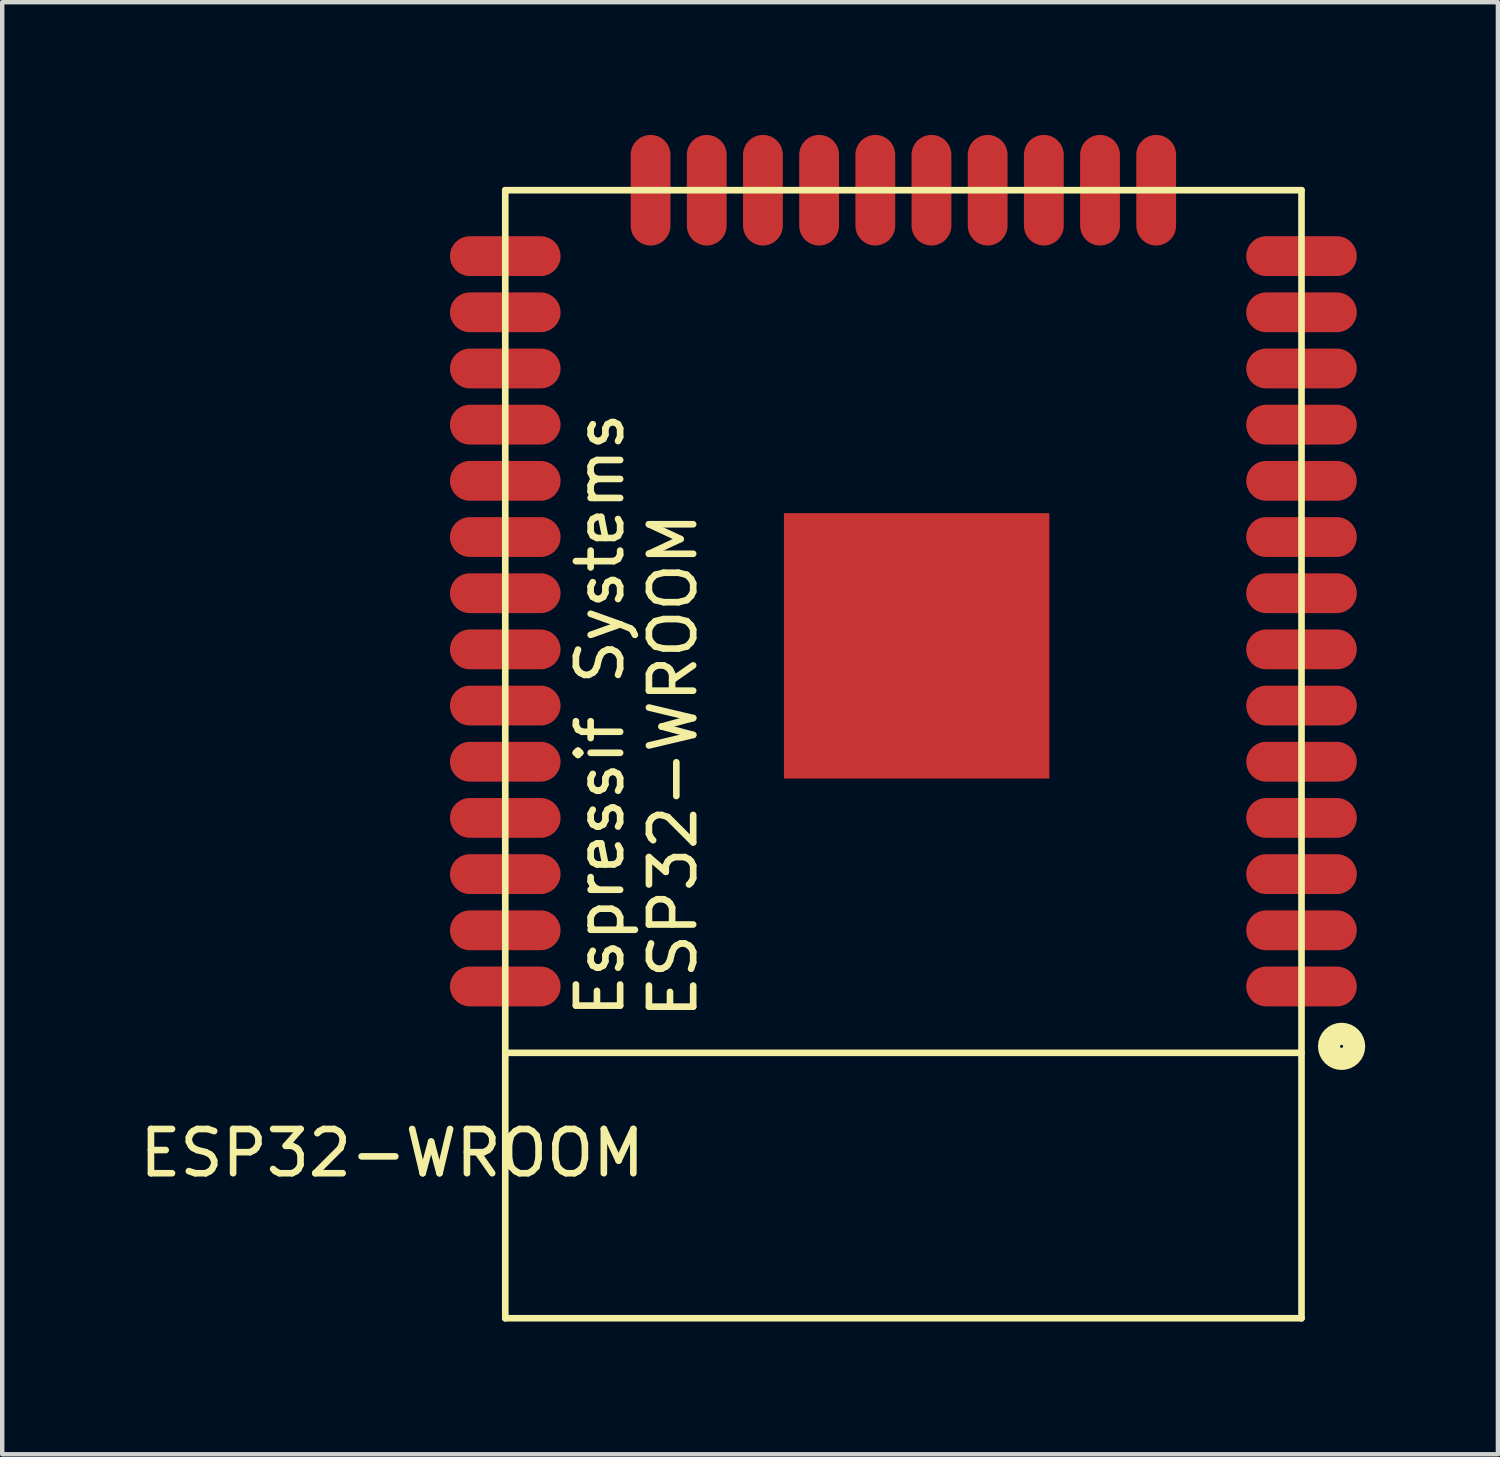
<source format=kicad_pcb>
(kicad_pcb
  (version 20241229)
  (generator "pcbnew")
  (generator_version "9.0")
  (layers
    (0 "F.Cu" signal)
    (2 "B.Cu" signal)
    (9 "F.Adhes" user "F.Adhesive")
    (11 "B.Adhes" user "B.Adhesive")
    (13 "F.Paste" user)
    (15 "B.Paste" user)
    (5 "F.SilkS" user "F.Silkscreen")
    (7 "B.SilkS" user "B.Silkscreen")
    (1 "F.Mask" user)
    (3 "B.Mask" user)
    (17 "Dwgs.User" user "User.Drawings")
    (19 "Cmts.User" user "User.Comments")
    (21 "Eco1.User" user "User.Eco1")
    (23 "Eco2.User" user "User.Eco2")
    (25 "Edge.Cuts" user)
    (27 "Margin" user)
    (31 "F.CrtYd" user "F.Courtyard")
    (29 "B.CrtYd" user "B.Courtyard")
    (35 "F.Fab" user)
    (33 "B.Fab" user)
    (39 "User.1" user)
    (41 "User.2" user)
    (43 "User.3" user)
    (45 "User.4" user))
  (footprint "ESP32-WROOM"
    (layer "F.Cu")
    (at 17.372 14)
    (property "Reference" "ESP32-WROOM" (at -11.557 9.017 0) (layer "F.SilkS") (effects (font (size 1 1) (thickness 0.15))))
    (attr through_hole)
    (fp_line (start -9 -12.75) (end 9 -12.75) (stroke (width 0.15) (type solid)) (layer "F.SilkS"))
    (fp_line (start -9 6.75) (end 9 6.75) (stroke (width 0.15) (type solid)) (layer "F.SilkS"))
    (fp_line (start -9 12.75) (end -9 -12.75) (stroke (width 0.15) (type solid)) (layer "F.SilkS"))
    (fp_line (start -9 12.75) (end 9 12.75) (stroke (width 0.15) (type solid)) (layer "F.SilkS"))
    (fp_line (start 9 12.75) (end 9 -12.75) (stroke (width 0.15) (type solid)) (layer "F.SilkS"))
    (fp_circle (center 9.906 6.604) (end 10.033 6.858) (stroke (width 0.5) (type solid)) (fill no) (layer "F.SilkS"))
    (fp_text user "ESP32-WROOM" (at -5.207 0.254 90) (layer "F.SilkS") (effects (font (size 1 1) (thickness 0.15))))
    (fp_text user "Espressif Systems" (at -6.858 -0.889 90) (layer "F.SilkS") (effects (font (size 1 1) (thickness 0.15))))
    (pad "1" smd oval (at 9 5.25) (size 2.5 0.9) (layers "F.Cu" "F.Mask" "F.Paste"))
    (pad "2" smd oval (at 9 3.98) (size 2.5 0.9) (layers "F.Cu" "F.Mask" "F.Paste"))
    (pad "3" smd oval (at 9 2.71) (size 2.5 0.9) (layers "F.Cu" "F.Mask" "F.Paste"))
    (pad "4" smd oval (at 9 1.44) (size 2.5 0.9) (layers "F.Cu" "F.Mask" "F.Paste"))
    (pad "5" smd oval (at 9 0.17) (size 2.5 0.9) (layers "F.Cu" "F.Mask" "F.Paste"))
    (pad "6" smd oval (at 9 -1.1) (size 2.5 0.9) (layers "F.Cu" "F.Mask" "F.Paste"))
    (pad "7" smd oval (at 9 -2.37) (size 2.5 0.9) (layers "F.Cu" "F.Mask" "F.Paste"))
    (pad "8" smd oval (at 9 -3.64) (size 2.5 0.9) (layers "F.Cu" "F.Mask" "F.Paste"))
    (pad "9" smd oval (at 9 -4.91) (size 2.5 0.9) (layers "F.Cu" "F.Mask" "F.Paste"))
    (pad "10" smd oval (at 9 -6.18) (size 2.5 0.9) (layers "F.Cu" "F.Mask" "F.Paste"))
    (pad "11" smd oval (at 9 -7.45) (size 2.5 0.9) (layers "F.Cu" "F.Mask" "F.Paste"))
    (pad "12" smd oval (at 9 -8.72) (size 2.5 0.9) (layers "F.Cu" "F.Mask" "F.Paste"))
    (pad "13" smd oval (at 9 -9.99) (size 2.5 0.9) (layers "F.Cu" "F.Mask" "F.Paste"))
    (pad "14" smd oval (at 9 -11.26) (size 2.5 0.9) (layers "F.Cu" "F.Mask" "F.Paste"))
    (pad "15" smd oval (at 5.715 -12.75) (size 0.9 2.5) (layers "F.Cu" "F.Mask" "F.Paste"))
    (pad "16" smd oval (at 4.445 -12.75) (size 0.9 2.5) (layers "F.Cu" "F.Mask" "F.Paste"))
    (pad "17" smd oval (at 3.175 -12.75) (size 0.9 2.5) (layers "F.Cu" "F.Mask" "F.Paste"))
    (pad "18" smd oval (at 1.905 -12.75) (size 0.9 2.5) (layers "F.Cu" "F.Mask" "F.Paste"))
    (pad "19" smd oval (at 0.635 -12.75) (size 0.9 2.5) (layers "F.Cu" "F.Mask" "F.Paste"))
    (pad "20" smd oval (at -0.635 -12.75) (size 0.9 2.5) (layers "F.Cu" "F.Mask" "F.Paste"))
    (pad "21" smd oval (at -1.905 -12.75) (size 0.9 2.5) (layers "F.Cu" "F.Mask" "F.Paste"))
    (pad "22" smd oval (at -3.175 -12.75) (size 0.9 2.5) (layers "F.Cu" "F.Mask" "F.Paste"))
    (pad "23" smd oval (at -4.445 -12.75) (size 0.9 2.5) (layers "F.Cu" "F.Mask" "F.Paste"))
    (pad "24" smd oval (at -5.715 -12.75) (size 0.9 2.5) (layers "F.Cu" "F.Mask" "F.Paste"))
    (pad "25" smd oval (at -9 -11.26) (size 2.5 0.9) (layers "F.Cu" "F.Mask" "F.Paste"))
    (pad "26" smd oval (at -9 -9.99) (size 2.5 0.9) (layers "F.Cu" "F.Mask" "F.Paste"))
    (pad "27" smd oval (at -9 -8.72) (size 2.5 0.9) (layers "F.Cu" "F.Mask" "F.Paste"))
    (pad "28" smd oval (at -9 -7.45) (size 2.5 0.9) (layers "F.Cu" "F.Mask" "F.Paste"))
    (pad "29" smd oval (at -9 -6.18) (size 2.5 0.9) (layers "F.Cu" "F.Mask" "F.Paste"))
    (pad "30" smd oval (at -9 -4.91) (size 2.5 0.9) (layers "F.Cu" "F.Mask" "F.Paste"))
    (pad "31" smd oval (at -9 -3.64) (size 2.5 0.9) (layers "F.Cu" "F.Mask" "F.Paste"))
    (pad "32" smd oval (at -9 -2.37) (size 2.5 0.9) (layers "F.Cu" "F.Mask" "F.Paste"))
    (pad "33" smd oval (at -9 -1.1) (size 2.5 0.9) (layers "F.Cu" "F.Mask" "F.Paste"))
    (pad "34" smd oval (at -9 0.17) (size 2.5 0.9) (layers "F.Cu" "F.Mask" "F.Paste"))
    (pad "35" smd oval (at -9 1.44) (size 2.5 0.9) (layers "F.Cu" "F.Mask" "F.Paste"))
    (pad "36" smd oval (at -9 2.71) (size 2.5 0.9) (layers "F.Cu" "F.Mask" "F.Paste"))
    (pad "37" smd oval (at -9 3.98) (size 2.5 0.9) (layers "F.Cu" "F.Mask" "F.Paste"))
    (pad "38" smd oval (at -9 5.25) (size 2.5 0.9) (layers "F.Cu" "F.Mask" "F.Paste"))
    (pad "39" smd rect (at 0.3 -2.45) (size 6 6) (layers "F.Cu" "F.Mask" "F.Paste")))
  (gr_rect
    (start -3 -3)
    (end 30.812 29.825)
    (stroke (width 0.1) (type default))
    (fill no)
    (layer "Edge.Cuts")))
</source>
